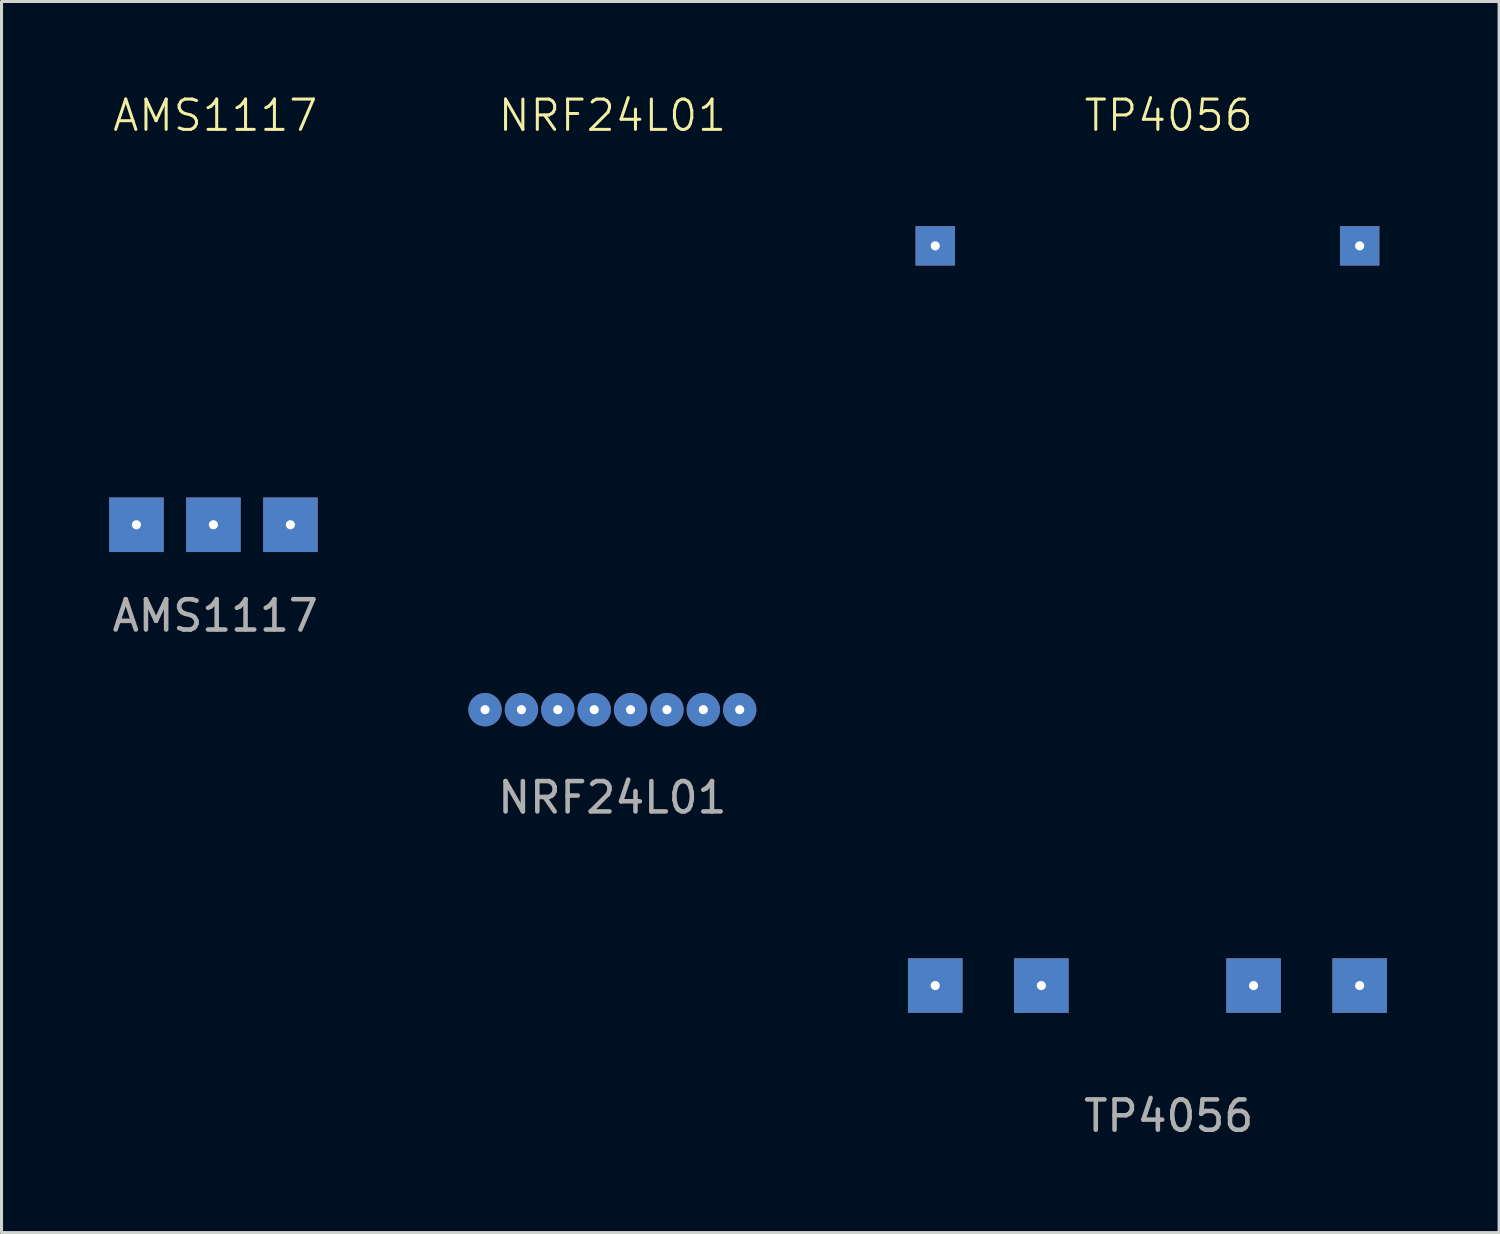
<source format=kicad_pcb>
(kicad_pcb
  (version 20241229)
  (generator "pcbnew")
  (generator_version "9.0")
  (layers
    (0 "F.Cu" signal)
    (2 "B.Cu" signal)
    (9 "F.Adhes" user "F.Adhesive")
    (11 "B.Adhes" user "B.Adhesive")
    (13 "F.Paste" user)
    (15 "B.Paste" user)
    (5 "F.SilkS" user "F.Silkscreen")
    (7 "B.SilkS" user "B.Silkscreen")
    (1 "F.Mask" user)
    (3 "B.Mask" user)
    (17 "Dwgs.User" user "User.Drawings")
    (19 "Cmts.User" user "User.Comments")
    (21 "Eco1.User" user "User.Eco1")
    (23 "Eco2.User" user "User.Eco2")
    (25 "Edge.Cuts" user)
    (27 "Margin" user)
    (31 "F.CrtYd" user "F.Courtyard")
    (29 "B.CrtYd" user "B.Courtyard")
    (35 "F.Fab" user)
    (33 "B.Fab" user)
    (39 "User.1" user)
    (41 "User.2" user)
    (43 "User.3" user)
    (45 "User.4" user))
  (footprint "TP4056"
    (layer "F.Cu")
    (at 35.5 1.26)
    (property "Reference" "TP4056" (at 0 -0.5 0) (unlocked yes) (layer "F.SilkS") (effects (font (size 1 1) (thickness 0.1))))
    (attr through_hole)
    (fp_rect (start -9.2 2.9) (end 7.8 30.6) (stroke (width 0.2) (type default)) (fill no) (layer "F.Mask"))
    (fp_text user "${REFERENCE}" (at 0 32.5 0) (unlocked yes) (layer "F.Fab") (effects (font (size 1 1) (thickness 0.15))))
    (pad "1" thru_hole rect (at 6.3 3.8) (size 1.3 1.3) (drill 0.3) (layers "*.Cu" "*.Mask"))
    (pad "2" thru_hole rect (at -7.7 3.8) (size 1.3 1.3) (drill 0.3) (layers "*.Cu" "*.Mask"))
    (pad "3" thru_hole rect (at 6.3 28.2) (size 1.8 1.8) (drill 0.3) (layers "*.Cu" "*.Mask"))
    (pad "4" thru_hole rect (at 2.8 28.2) (size 1.8 1.8) (drill 0.3) (layers "*.Cu" "*.Mask"))
    (pad "5" thru_hole rect (at -4.2 28.2) (size 1.8 1.8) (drill 0.3) (layers "*.Cu" "*.Mask" "Eco2.User"))
    (pad "6" thru_hole rect (at -7.7 28.2) (size 1.8 1.8) (drill 0.3) (layers "*.Cu" "*.Mask")))
  (footprint "AMS1117"
    (layer "F.Cu")
    (at 4.05 1.26)
    (property "Reference" "AMS1117" (at 0 -0.5 0) (unlocked yes) (layer "F.SilkS") (effects (font (size 1 1) (thickness 0.1))))
    (attr through_hole)
    (fp_rect (start -4 2) (end 4 14) (stroke (width 0.1) (type default)) (fill no) (layer "F.Mask"))
    (fp_text user "${REFERENCE}" (at 0 16 0) (unlocked yes) (layer "F.Fab") (effects (font (size 1 1) (thickness 0.15))))
    (pad "1" thru_hole rect (at 2.48 13) (size 1.8 1.8) (drill 0.3) (layers "*.Cu" "*.Mask"))
    (pad "2" thru_hole rect (at -0.06 13) (size 1.8 1.8) (drill 0.3) (layers "*.Cu" "*.Mask"))
    (pad "3" thru_hole rect (at -2.6 13) (size 1.8 1.8) (drill 0.3) (layers "*.Cu" "*.Mask")))
  (footprint "NRF24L01"
    (layer "F.Cu")
    (at 17.15 1.26)
    (property "Reference" "NRF24L01" (at 0 -0.5 0) (unlocked yes) (layer "F.SilkS") (effects (font (size 1 1) (thickness 0.1))))
    (attr through_hole)
    (fp_rect (start -6 2) (end 6 20) (stroke (width 0.1) (type default)) (fill no) (layer "F.Mask"))
    (fp_text user "${REFERENCE}" (at 0 22 0) (unlocked yes) (layer "F.Fab") (effects (font (size 1 1) (thickness 0.15))))
    (pad "1" thru_hole circle (at -3 19.1) (size 1.1 1.1) (drill 0.3) (layers "*.Cu" "*.Mask"))
    (pad "2" thru_hole circle (at -4.2 19.1) (size 1.1 1.1) (drill 0.3) (layers "*.Cu" "*.Mask"))
    (pad "3" thru_hole circle (at -1.8 19.1) (size 1.1 1.1) (drill 0.3) (layers "*.Cu" "*.Mask"))
    (pad "4" thru_hole circle (at -0.6 19.1) (size 1.1 1.1) (drill 0.3) (layers "*.Cu" "*.Mask"))
    (pad "5" thru_hole circle (at 0.6 19.1) (size 1.1 1.1) (drill 0.3) (layers "*.Cu" "*.Mask"))
    (pad "6" thru_hole circle (at 1.8 19.1) (size 1.1 1.1) (drill 0.3) (layers "*.Cu" "*.Mask"))
    (pad "7" thru_hole circle (at 3 19.1) (size 1.1 1.1) (drill 0.3) (layers "*.Cu" "*.Mask"))
    (pad "8" thru_hole circle (at 4.2 19.1) (size 1.1 1.1) (drill 0.3) (layers "*.Cu" "*.Mask")))
  (gr_rect
    (start -3 -3)
    (end 46.4 37.609)
    (stroke (width 0.1) (type default))
    (fill no)
    (layer "Edge.Cuts")))
</source>
